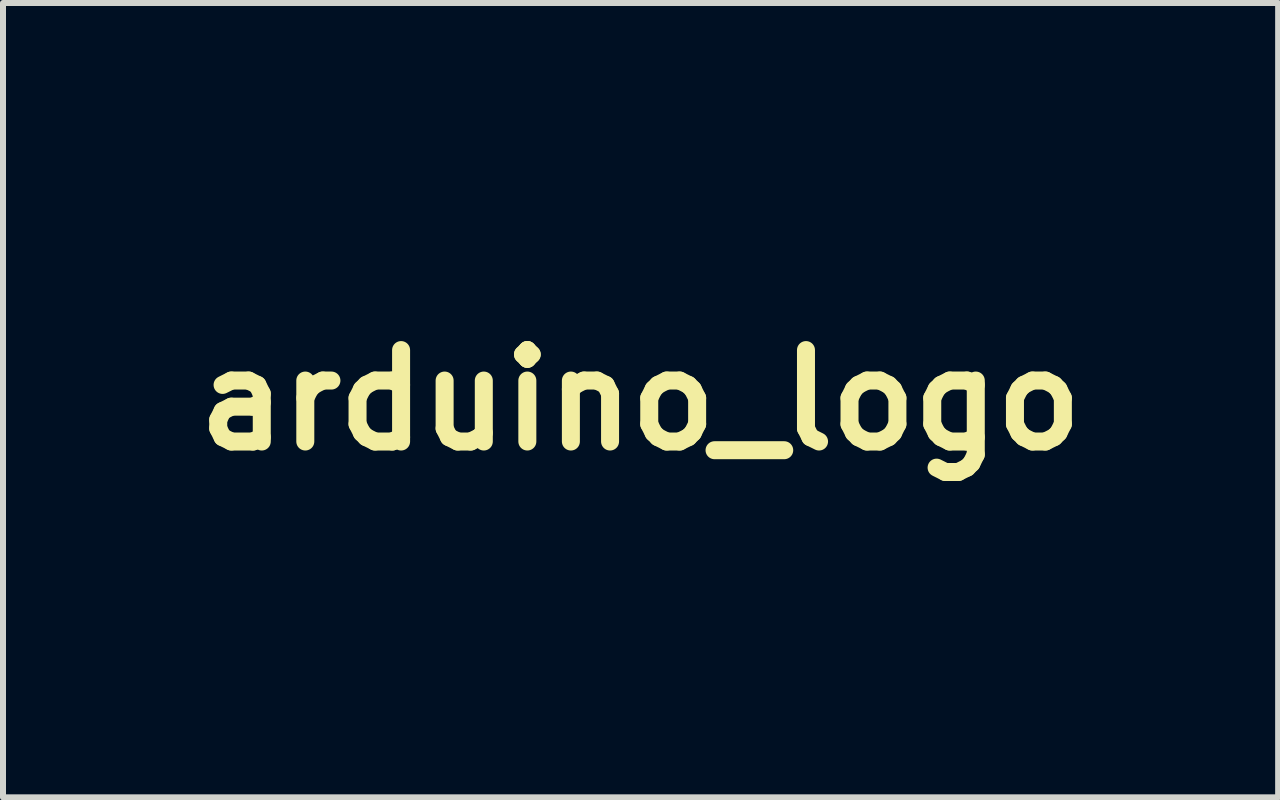
<source format=kicad_pcb>
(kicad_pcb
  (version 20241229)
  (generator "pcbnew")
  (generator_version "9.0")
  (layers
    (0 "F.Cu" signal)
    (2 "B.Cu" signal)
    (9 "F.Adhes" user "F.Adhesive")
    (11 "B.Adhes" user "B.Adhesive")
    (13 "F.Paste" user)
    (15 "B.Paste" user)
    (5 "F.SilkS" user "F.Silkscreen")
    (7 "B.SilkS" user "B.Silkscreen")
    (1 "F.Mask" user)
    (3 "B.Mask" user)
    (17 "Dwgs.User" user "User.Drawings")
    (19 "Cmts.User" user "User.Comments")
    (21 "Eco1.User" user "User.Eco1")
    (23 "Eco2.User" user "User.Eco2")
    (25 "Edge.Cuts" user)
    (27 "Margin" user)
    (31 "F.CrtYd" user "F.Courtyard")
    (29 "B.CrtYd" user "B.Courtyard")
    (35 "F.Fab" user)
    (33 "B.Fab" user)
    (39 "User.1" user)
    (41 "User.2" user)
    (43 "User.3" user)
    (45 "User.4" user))
  (footprint "arduino_logo"
    (layer "F.Cu")
    (at 7.627 3.62)
    (property "Reference" "arduino_logo" (at 0 0 0) (layer "F.SilkS") (effects (font (size 1.524 1.524) (thickness 0.3))))
    (attr through_hole)
    (fp_poly (pts (xy -1.857 -1.184) (xy -1.854 -0.927) (xy -3.43 -0.927) (xy -3.423 -1.441) (xy -1.861 -1.441) (xy -1.857 -1.184)) (stroke (width 0.01) (type solid)) (fill yes) (layer "F.Mask"))
    (fp_poly (pts (xy 2.845 -1.435) (xy 3.312 -1.435) (xy 3.321 -1.376) (xy 3.323 -1.342) (xy 3.324 -1.288) (xy 3.324 -1.223) (xy 3.322 -1.151) (xy 3.321 -1.128) (xy 3.311 -0.94) (xy 2.845 -0.94) (xy 2.845 -0.457) (xy 2.349 -0.457) (xy 2.349 -0.94) (xy 1.867 -0.94) (xy 1.867 -1.435) (xy 2.343 -1.441) (xy 2.35 -1.918) (xy 2.845 -1.918) (xy 2.845 -1.435)) (stroke (width 0.01) (type solid)) (fill yes) (layer "F.Mask"))
    (fp_poly (pts (xy 3.715 1.81) (xy 3.718 2.694) (xy 3.721 3.579) (xy 3.618 3.588) (xy 3.56 3.591) (xy 3.488 3.592) (xy 3.413 3.59) (xy 3.373 3.588) (xy 3.23 3.579) (xy 2.993 3.069) (xy 2.756 2.559) (xy 2.756 3.578) (xy 2.64 3.586) (xy 2.575 3.59) (xy 2.509 3.593) (xy 2.453 3.594) (xy 2.443 3.594) (xy 2.362 3.594) (xy 2.362 1.803) (xy 2.839 1.803) (xy 3.308 2.802) (xy 3.315 1.803) (xy 3.715 1.81)) (stroke (width 0.01) (type solid)) (fill yes) (layer "F.Mask"))
    (fp_poly (pts (xy 2.134 2.157) (xy 2.049 2.166) (xy 1.993 2.17) (xy 1.926 2.171) (xy 1.862 2.169) (xy 1.859 2.168) (xy 1.753 2.162) (xy 1.751 2.297) (xy 1.749 2.426) (xy 1.747 2.553) (xy 1.746 2.676) (xy 1.745 2.792) (xy 1.745 2.899) (xy 1.745 2.993) (xy 1.745 3.072) (xy 1.746 3.133) (xy 1.747 3.174) (xy 1.748 3.191) (xy 1.755 3.226) (xy 2.134 3.226) (xy 2.134 3.581) (xy 2.092 3.584) (xy 2.064 3.584) (xy 2.015 3.585) (xy 1.949 3.586) (xy 1.87 3.586) (xy 1.779 3.586) (xy 1.68 3.587) (xy 1.576 3.587) (xy 1.471 3.587) (xy 1.366 3.587) (xy 1.267 3.586) (xy 1.174 3.586) (xy 1.093 3.585) (xy 1.024 3.585) (xy 0.973 3.584) (xy 0.941 3.583) (xy 0.932 3.582) (xy 0.93 3.569) (xy 0.929 3.534) (xy 0.928 3.483) (xy 0.927 3.422) (xy 0.927 3.401) (xy 0.927 3.226) (xy 1.308 3.226) (xy 1.302 2.165) (xy 0.933 2.165) (xy 0.926 1.803) (xy 2.134 1.803) (xy 2.134 2.157)) (stroke (width 0.01) (type solid)) (fill yes) (layer "F.Mask"))
    (fp_poly (pts (xy 5.131 -3.302) (xy 5.13 -3.244) (xy 5.129 -3.207) (xy 5.125 -3.186) (xy 5.118 -3.177) (xy 5.107 -3.175) (xy 5.106 -3.175) (xy 5.092 -3.178) (xy 5.083 -3.193) (xy 5.079 -3.224) (xy 5.077 -3.248) (xy 5.074 -3.321) (xy 5.051 -3.248) (xy 5.035 -3.203) (xy 5.019 -3.18) (xy 5.006 -3.175) (xy 4.989 -3.184) (xy 4.972 -3.212) (xy 4.958 -3.248) (xy 4.934 -3.321) (xy 4.93 -3.248) (xy 4.927 -3.206) (xy 4.921 -3.184) (xy 4.91 -3.176) (xy 4.902 -3.175) (xy 4.889 -3.177) (xy 4.882 -3.188) (xy 4.878 -3.211) (xy 4.877 -3.252) (xy 4.877 -3.277) (xy 4.877 -3.378) (xy 4.802 -3.378) (xy 4.798 -3.28) (xy 4.796 -3.23) (xy 4.792 -3.2) (xy 4.785 -3.185) (xy 4.773 -3.179) (xy 4.766 -3.177) (xy 4.752 -3.177) (xy 4.743 -3.183) (xy 4.739 -3.201) (xy 4.737 -3.235) (xy 4.737 -3.276) (xy 4.737 -3.378) (xy 4.699 -3.378) (xy 4.671 -3.382) (xy 4.661 -3.397) (xy 4.661 -3.404) (xy 4.662 -3.415) (xy 4.669 -3.422) (xy 4.687 -3.426) (xy 4.718 -3.428) (xy 4.768 -3.428) (xy 4.807 -3.428) (xy 4.954 -3.426) (xy 4.976 -3.351) (xy 4.988 -3.312) (xy 4.999 -3.285) (xy 5.005 -3.277) (xy 5.012 -3.288) (xy 5.024 -3.317) (xy 5.036 -3.353) (xy 5.049 -3.395) (xy 5.061 -3.418) (xy 5.075 -3.427) (xy 5.095 -3.429) (xy 5.131 -3.429) (xy 5.131 -3.302)) (stroke (width 0.01) (type solid)) (fill yes) (layer "F.Mask"))
    (fp_poly (pts (xy -3.216 1.807) (xy -3.096 1.809) (xy -2.998 1.812) (xy -2.92 1.815) (xy -2.859 1.819) (xy -2.812 1.824) (xy -2.775 1.83) (xy -2.759 1.834) (xy -2.642 1.874) (xy -2.545 1.929) (xy -2.469 1.999) (xy -2.414 2.084) (xy -2.379 2.184) (xy -2.365 2.279) (xy -2.369 2.392) (xy -2.393 2.495) (xy -2.437 2.585) (xy -2.5 2.66) (xy -2.58 2.718) (xy -2.593 2.725) (xy -2.656 2.757) (xy -2.617 2.802) (xy -2.605 2.82) (xy -2.584 2.856) (xy -2.555 2.908) (xy -2.521 2.972) (xy -2.482 3.046) (xy -2.44 3.125) (xy -2.397 3.207) (xy -2.355 3.289) (xy -2.315 3.367) (xy -2.279 3.437) (xy -2.249 3.498) (xy -2.227 3.545) (xy -2.213 3.575) (xy -2.21 3.584) (xy -2.222 3.585) (xy -2.256 3.586) (xy -2.307 3.587) (xy -2.372 3.588) (xy -2.447 3.588) (xy -2.458 3.588) (xy -2.706 3.588) (xy -2.84 3.289) (xy -2.878 3.207) (xy -2.913 3.131) (xy -2.945 3.064) (xy -2.972 3.011) (xy -2.992 2.975) (xy -3.002 2.961) (xy -3.053 2.92) (xy -3.111 2.898) (xy -3.136 2.896) (xy -3.175 2.896) (xy -3.175 3.591) (xy -3.594 3.588) (xy -3.594 2.543) (xy -3.175 2.543) (xy -3.064 2.538) (xy -2.982 2.53) (xy -2.922 2.516) (xy -2.904 2.509) (xy -2.851 2.47) (xy -2.818 2.416) (xy -2.807 2.352) (xy -2.814 2.292) (xy -2.836 2.246) (xy -2.875 2.212) (xy -2.934 2.19) (xy -3.014 2.177) (xy -3.058 2.174) (xy -3.175 2.169) (xy -3.175 2.543) (xy -3.594 2.543) (xy -3.594 1.801) (xy -3.216 1.807)) (stroke (width 0.01) (type solid)) (fill yes) (layer "F.Mask"))
    (fp_poly (pts (xy -1.775 1.807) (xy -1.663 1.808) (xy -1.572 1.81) (xy -1.5 1.813) (xy -1.443 1.816) (xy -1.398 1.819) (xy -1.361 1.824) (xy -1.329 1.83) (xy -1.298 1.838) (xy -1.292 1.839) (xy -1.159 1.886) (xy -1.046 1.949) (xy -0.951 2.029) (xy -0.875 2.125) (xy -0.817 2.24) (xy -0.776 2.372) (xy -0.753 2.522) (xy -0.751 2.552) (xy -0.748 2.733) (xy -0.763 2.897) (xy -0.797 3.043) (xy -0.849 3.173) (xy -0.92 3.285) (xy -1.01 3.38) (xy -1.118 3.458) (xy -1.244 3.518) (xy -1.389 3.56) (xy -1.435 3.57) (xy -1.465 3.573) (xy -1.515 3.576) (xy -1.578 3.579) (xy -1.653 3.582) (xy -1.734 3.584) (xy -1.817 3.586) (xy -1.9 3.588) (xy -1.977 3.588) (xy -2.045 3.588) (xy -2.099 3.588) (xy -2.137 3.586) (xy -2.153 3.583) (xy -2.153 3.583) (xy -2.154 3.57) (xy -2.155 3.533) (xy -2.156 3.475) (xy -2.157 3.398) (xy -2.157 3.303) (xy -2.158 3.23) (xy -1.727 3.23) (xy -1.616 3.222) (xy -1.559 3.217) (xy -1.506 3.209) (xy -1.466 3.2) (xy -1.458 3.198) (xy -1.375 3.155) (xy -1.307 3.093) (xy -1.254 3.012) (xy -1.218 2.912) (xy -1.198 2.795) (xy -1.194 2.705) (xy -1.201 2.57) (xy -1.22 2.457) (xy -1.253 2.364) (xy -1.298 2.291) (xy -1.318 2.269) (xy -1.363 2.232) (xy -1.411 2.206) (xy -1.469 2.188) (xy -1.542 2.178) (xy -1.597 2.174) (xy -1.727 2.168) (xy -1.727 3.23) (xy -2.158 3.23) (xy -2.158 3.194) (xy -2.158 3.071) (xy -2.159 2.937) (xy -2.159 2.795) (xy -2.159 2.689) (xy -2.159 1.801) (xy -1.775 1.807)) (stroke (width 0.01) (type solid)) (fill yes) (layer "F.Mask"))
    (fp_poly (pts (xy 4.597 1.782) (xy 4.735 1.8) (xy 4.857 1.837) (xy 4.964 1.896) (xy 5.056 1.974) (xy 5.132 2.072) (xy 5.17 2.14) (xy 5.203 2.214) (xy 5.228 2.284) (xy 5.247 2.36) (xy 5.263 2.448) (xy 5.271 2.518) (xy 5.282 2.68) (xy 5.274 2.837) (xy 5.251 2.984) (xy 5.211 3.121) (xy 5.157 3.244) (xy 5.088 3.352) (xy 5.007 3.443) (xy 4.913 3.514) (xy 4.864 3.54) (xy 4.736 3.587) (xy 4.6 3.612) (xy 4.459 3.615) (xy 4.337 3.598) (xy 4.212 3.56) (xy 4.103 3.502) (xy 4.01 3.424) (xy 3.932 3.327) (xy 3.869 3.209) (xy 3.822 3.07) (xy 3.821 3.067) (xy 3.805 2.987) (xy 3.794 2.889) (xy 3.788 2.781) (xy 3.786 2.67) (xy 3.787 2.657) (xy 4.231 2.657) (xy 4.233 2.756) (xy 4.242 2.882) (xy 4.259 2.986) (xy 4.285 3.069) (xy 4.319 3.132) (xy 4.362 3.178) (xy 4.38 3.191) (xy 4.444 3.218) (xy 4.518 3.228) (xy 4.592 3.223) (xy 4.66 3.202) (xy 4.694 3.181) (xy 4.739 3.136) (xy 4.775 3.075) (xy 4.802 2.996) (xy 4.821 2.897) (xy 4.832 2.781) (xy 4.835 2.667) (xy 4.828 2.556) (xy 4.813 2.454) (xy 4.789 2.364) (xy 4.759 2.292) (xy 4.734 2.254) (xy 4.687 2.209) (xy 4.636 2.181) (xy 4.571 2.169) (xy 4.534 2.168) (xy 4.453 2.177) (xy 4.385 2.205) (xy 4.33 2.254) (xy 4.287 2.323) (xy 4.256 2.413) (xy 4.238 2.524) (xy 4.231 2.657) (xy 3.787 2.657) (xy 3.79 2.565) (xy 3.799 2.472) (xy 3.803 2.453) (xy 3.839 2.302) (xy 3.893 2.169) (xy 3.964 2.055) (xy 4.05 1.959) (xy 4.152 1.883) (xy 4.267 1.828) (xy 4.395 1.793) (xy 4.536 1.78) (xy 4.597 1.782)) (stroke (width 0.01) (type solid)) (fill yes) (layer "F.Mask"))
    (fp_poly (pts (xy 0.711 2.416) (xy 0.711 2.565) (xy 0.71 2.691) (xy 0.709 2.797) (xy 0.708 2.883) (xy 0.706 2.953) (xy 0.704 3.01) (xy 0.701 3.054) (xy 0.697 3.088) (xy 0.693 3.115) (xy 0.692 3.118) (xy 0.654 3.241) (xy 0.597 3.349) (xy 0.521 3.44) (xy 0.427 3.513) (xy 0.316 3.568) (xy 0.252 3.589) (xy 0.199 3.599) (xy 0.129 3.607) (xy 0.051 3.612) (xy -0.028 3.614) (xy -0.099 3.613) (xy -0.147 3.608) (xy -0.271 3.578) (xy -0.378 3.531) (xy -0.468 3.469) (xy -0.539 3.391) (xy -0.569 3.343) (xy -0.587 3.309) (xy -0.602 3.277) (xy -0.614 3.245) (xy -0.624 3.21) (xy -0.632 3.171) (xy -0.639 3.123) (xy -0.643 3.065) (xy -0.647 2.995) (xy -0.65 2.909) (xy -0.651 2.804) (xy -0.653 2.68) (xy -0.654 2.553) (xy -0.655 2.431) (xy -0.655 2.315) (xy -0.655 2.206) (xy -0.655 2.108) (xy -0.655 2.025) (xy -0.654 1.958) (xy -0.652 1.912) (xy -0.651 1.895) (xy -0.644 1.803) (xy -0.23 1.803) (xy -0.226 2.442) (xy -0.225 2.585) (xy -0.224 2.706) (xy -0.223 2.805) (xy -0.222 2.886) (xy -0.221 2.951) (xy -0.219 3.002) (xy -0.217 3.04) (xy -0.214 3.07) (xy -0.211 3.091) (xy -0.206 3.108) (xy -0.201 3.122) (xy -0.195 3.135) (xy -0.194 3.138) (xy -0.161 3.189) (xy -0.118 3.224) (xy -0.063 3.244) (xy 0.01 3.25) (xy 0.044 3.249) (xy 0.114 3.243) (xy 0.166 3.229) (xy 0.204 3.205) (xy 0.236 3.167) (xy 0.248 3.148) (xy 0.253 3.138) (xy 0.258 3.125) (xy 0.262 3.109) (xy 0.266 3.086) (xy 0.268 3.056) (xy 0.271 3.014) (xy 0.272 2.96) (xy 0.274 2.891) (xy 0.276 2.805) (xy 0.277 2.7) (xy 0.278 2.573) (xy 0.279 2.457) (xy 0.286 1.81) (xy 0.498 1.806) (xy 0.711 1.803) (xy 0.711 2.416)) (stroke (width 0.01) (type solid)) (fill yes) (layer "F.Mask"))
    (fp_poly (pts (xy -4.027 2.397) (xy -3.987 2.527) (xy -3.946 2.661) (xy -3.905 2.793) (xy -3.867 2.92) (xy -3.831 3.037) (xy -3.799 3.142) (xy -3.772 3.229) (xy -3.758 3.276) (xy -3.733 3.357) (xy -3.711 3.43) (xy -3.693 3.493) (xy -3.679 3.54) (xy -3.672 3.569) (xy -3.67 3.575) (xy -3.678 3.581) (xy -3.702 3.585) (xy -3.746 3.588) (xy -3.81 3.589) (xy -3.897 3.589) (xy -3.899 3.589) (xy -4.128 3.588) (xy -4.152 3.505) (xy -4.17 3.445) (xy -4.189 3.379) (xy -4.2 3.34) (xy -4.224 3.258) (xy -4.756 3.258) (xy -4.801 3.404) (xy -4.819 3.462) (xy -4.835 3.511) (xy -4.846 3.547) (xy -4.852 3.564) (xy -4.867 3.571) (xy -4.907 3.577) (xy -4.97 3.582) (xy -5.056 3.587) (xy -5.072 3.588) (xy -5.151 3.591) (xy -5.207 3.593) (xy -5.245 3.593) (xy -5.268 3.591) (xy -5.279 3.587) (xy -5.282 3.581) (xy -5.28 3.573) (xy -5.275 3.556) (xy -5.263 3.518) (xy -5.246 3.46) (xy -5.223 3.387) (xy -5.197 3.301) (xy -5.168 3.205) (xy -5.136 3.101) (xy -5.131 3.086) (xy -5.072 2.893) (xy -5.068 2.88) (xy -4.644 2.88) (xy -4.64 2.888) (xy -4.627 2.892) (xy -4.599 2.894) (xy -4.554 2.895) (xy -4.489 2.896) (xy -4.423 2.895) (xy -4.378 2.894) (xy -4.351 2.891) (xy -4.338 2.887) (xy -4.334 2.879) (xy -4.336 2.873) (xy -4.341 2.854) (xy -4.352 2.815) (xy -4.368 2.761) (xy -4.387 2.694) (xy -4.407 2.623) (xy -4.431 2.536) (xy -4.45 2.47) (xy -4.464 2.423) (xy -4.473 2.392) (xy -4.48 2.373) (xy -4.484 2.364) (xy -4.486 2.362) (xy -4.489 2.364) (xy -4.489 2.364) (xy -4.494 2.377) (xy -4.505 2.411) (xy -4.521 2.461) (xy -4.54 2.525) (xy -4.561 2.598) (xy -4.564 2.606) (xy -4.586 2.682) (xy -4.606 2.75) (xy -4.623 2.807) (xy -4.635 2.848) (xy -4.642 2.869) (xy -4.642 2.87) (xy -4.644 2.88) (xy -5.068 2.88) (xy -5.018 2.719) (xy -4.969 2.559) (xy -4.923 2.407) (xy -4.877 2.258) (xy -4.831 2.107) (xy -4.797 1.994) (xy -4.74 1.81) (xy -4.208 1.803) (xy -4.027 2.397)) (stroke (width 0.01) (type solid)) (fill yes) (layer "F.Mask"))
    (fp_poly (pts (xy 2.969 -3.602) (xy 3.221 -3.566) (xy 3.465 -3.508) (xy 3.701 -3.427) (xy 3.928 -3.324) (xy 4.143 -3.2) (xy 4.347 -3.056) (xy 4.537 -2.891) (xy 4.712 -2.706) (xy 4.859 -2.52) (xy 4.911 -2.441) (xy 4.968 -2.344) (xy 5.025 -2.237) (xy 5.08 -2.125) (xy 5.129 -2.015) (xy 5.169 -1.915) (xy 5.186 -1.866) (xy 5.251 -1.626) (xy 5.29 -1.384) (xy 5.305 -1.141) (xy 5.295 -0.899) (xy 5.262 -0.66) (xy 5.204 -0.426) (xy 5.123 -0.197) (xy 5.019 0.025) (xy 4.892 0.238) (xy 4.789 0.381) (xy 4.625 0.572) (xy 4.445 0.746) (xy 4.248 0.9) (xy 4.038 1.034) (xy 3.815 1.148) (xy 3.581 1.241) (xy 3.337 1.311) (xy 3.085 1.358) (xy 3.029 1.365) (xy 2.936 1.373) (xy 2.827 1.379) (xy 2.707 1.383) (xy 2.585 1.384) (xy 2.468 1.382) (xy 2.362 1.378) (xy 2.276 1.371) (xy 2.035 1.333) (xy 1.802 1.272) (xy 1.577 1.188) (xy 1.359 1.08) (xy 1.147 0.949) (xy 0.941 0.793) (xy 0.741 0.614) (xy 0.547 0.41) (xy 0.396 0.23) (xy 0.357 0.179) (xy 0.31 0.118) (xy 0.26 0.05) (xy 0.208 -0.022) (xy 0.158 -0.092) (xy 0.112 -0.157) (xy 0.074 -0.214) (xy 0.045 -0.258) (xy 0.03 -0.284) (xy 0.011 -0.319) (xy -0.101 -0.155) (xy -0.231 0.031) (xy -0.354 0.196) (xy -0.473 0.344) (xy -0.592 0.479) (xy -0.713 0.603) (xy -0.84 0.721) (xy -0.883 0.759) (xy -1.086 0.919) (xy -1.298 1.055) (xy -1.519 1.168) (xy -1.75 1.258) (xy -1.992 1.325) (xy -2.223 1.366) (xy -2.286 1.372) (xy -2.369 1.377) (xy -2.466 1.38) (xy -2.571 1.382) (xy -2.678 1.382) (xy -2.782 1.381) (xy -2.877 1.378) (xy -2.957 1.373) (xy -2.99 1.37) (xy -3.238 1.332) (xy -3.481 1.269) (xy -3.718 1.183) (xy -3.945 1.076) (xy -4.161 0.948) (xy -4.363 0.801) (xy -4.549 0.635) (xy -4.56 0.623) (xy -4.73 0.437) (xy -4.877 0.238) (xy -5.003 0.029) (xy -5.107 -0.19) (xy -5.187 -0.416) (xy -5.245 -0.648) (xy -5.279 -0.885) (xy -5.289 -1.111) (xy -4.407 -1.111) (xy -4.395 -0.918) (xy -4.359 -0.731) (xy -4.301 -0.552) (xy -4.223 -0.382) (xy -4.125 -0.223) (xy -4.009 -0.076) (xy -3.877 0.057) (xy -3.729 0.176) (xy -3.568 0.278) (xy -3.395 0.363) (xy -3.211 0.428) (xy -3.017 0.473) (xy -2.826 0.495) (xy -2.711 0.502) (xy -2.616 0.505) (xy -2.535 0.505) (xy -2.462 0.503) (xy -2.392 0.497) (xy -2.366 0.494) (xy -2.195 0.467) (xy -2.031 0.423) (xy -1.874 0.361) (xy -1.722 0.282) (xy -1.573 0.182) (xy -1.427 0.063) (xy -1.281 -0.078) (xy -1.136 -0.242) (xy -0.988 -0.428) (xy -0.858 -0.609) (xy -0.824 -0.659) (xy -0.781 -0.725) (xy -0.731 -0.802) (xy -0.678 -0.884) (xy -0.626 -0.965) (xy -0.578 -1.04) (xy -0.538 -1.103) (xy -0.52 -1.134) (xy 0.539 -1.134) (xy 0.549 -1.114) (xy 0.571 -1.076) (xy 0.603 -1.025) (xy 0.642 -0.962) (xy 0.687 -0.892) (xy 0.735 -0.817) (xy 0.785 -0.742) (xy 0.833 -0.67) (xy 0.878 -0.604) (xy 0.898 -0.575) (xy 1.049 -0.368) (xy 1.199 -0.186) (xy 1.347 -0.027) (xy 1.497 0.11) (xy 1.648 0.225) (xy 1.802 0.319) (xy 1.961 0.393) (xy 2.125 0.448) (xy 2.295 0.485) (xy 2.373 0.495) (xy 2.44 0.5) (xy 2.525 0.502) (xy 2.622 0.502) (xy 2.725 0.499) (xy 2.826 0.495) (xy 2.918 0.488) (xy 2.996 0.479) (xy 3.023 0.475) (xy 3.221 0.43) (xy 3.409 0.362) (xy 3.587 0.274) (xy 3.753 0.168) (xy 3.904 0.044) (xy 4.039 -0.095) (xy 4.157 -0.249) (xy 4.254 -0.415) (xy 4.331 -0.593) (xy 4.348 -0.646) (xy 4.395 -0.834) (xy 4.418 -1.026) (xy 4.417 -1.22) (xy 4.393 -1.411) (xy 4.345 -1.596) (xy 4.342 -1.605) (xy 4.267 -1.79) (xy 4.171 -1.962) (xy 4.055 -2.119) (xy 3.92 -2.262) (xy 3.768 -2.388) (xy 3.6 -2.497) (xy 3.416 -2.588) (xy 3.219 -2.66) (xy 3.06 -2.701) (xy 2.985 -2.713) (xy 2.89 -2.721) (xy 2.783 -2.725) (xy 2.67 -2.725) (xy 2.557 -2.722) (xy 2.45 -2.715) (xy 2.355 -2.704) (xy 2.299 -2.694) (xy 2.079 -2.634) (xy 1.869 -2.552) (xy 1.671 -2.447) (xy 1.548 -2.366) (xy 1.483 -2.316) (xy 1.407 -2.25) (xy 1.324 -2.174) (xy 1.238 -2.09) (xy 1.154 -2.004) (xy 1.076 -1.92) (xy 1.01 -1.843) (xy 0.988 -1.816) (xy 0.923 -1.731) (xy 0.857 -1.643) (xy 0.794 -1.554) (xy 0.733 -1.467) (xy 0.678 -1.385) (xy 0.63 -1.31) (xy 0.59 -1.245) (xy 0.56 -1.192) (xy 0.543 -1.154) (xy 0.539 -1.134) (xy -0.52 -1.134) (xy -0.518 -1.138) (xy -0.522 -1.152) (xy -0.539 -1.184) (xy -0.567 -1.231) (xy -0.604 -1.289) (xy -0.647 -1.356) (xy -0.696 -1.429) (xy -0.747 -1.504) (xy -0.799 -1.579) (xy -0.85 -1.651) (xy -0.898 -1.717) (xy -0.941 -1.773) (xy -1.015 -1.863) (xy -1.099 -1.959) (xy -1.189 -2.055) (xy -1.279 -2.147) (xy -1.365 -2.228) (xy -1.441 -2.294) (xy -1.447 -2.299) (xy -1.629 -2.43) (xy -1.82 -2.537) (xy -2.021 -2.62) (xy -2.231 -2.68) (xy -2.451 -2.716) (xy -2.679 -2.729) (xy -2.786 -2.726) (xy -3 -2.706) (xy -3.203 -2.662) (xy -3.396 -2.595) (xy -3.577 -2.505) (xy -3.748 -2.392) (xy -3.908 -2.257) (xy -3.916 -2.248) (xy -4.056 -2.096) (xy -4.173 -1.935) (xy -4.266 -1.763) (xy -4.336 -1.582) (xy -4.383 -1.393) (xy -4.405 -1.195) (xy -4.407 -1.111) (xy -5.289 -1.111) (xy -5.29 -1.126) (xy -5.276 -1.368) (xy -5.238 -1.61) (xy -5.175 -1.851) (xy -5.168 -1.875) (xy -5.089 -2.082) (xy -4.987 -2.286) (xy -4.866 -2.483) (xy -4.728 -2.669) (xy -4.576 -2.84) (xy -4.464 -2.947) (xy -4.263 -3.11) (xy -4.05 -3.25) (xy -3.826 -3.368) (xy -3.592 -3.463) (xy -3.349 -3.535) (xy -3.098 -3.585) (xy -2.841 -3.61) (xy -2.577 -3.612) (xy -2.309 -3.59) (xy -2.167 -3.569) (xy -1.919 -3.514) (xy -1.68 -3.438) (xy -1.449 -3.34) (xy -1.226 -3.218) (xy -1.009 -3.074) (xy -0.8 -2.906) (xy -0.596 -2.715) (xy -0.397 -2.499) (xy -0.203 -2.259) (xy -0.157 -2.197) (xy -0.117 -2.143) (xy -0.079 -2.091) (xy -0.047 -2.047) (xy -0.03 -2.023) (xy 0.008 -1.97) (xy 0.118 -2.125) (xy 0.308 -2.378) (xy 0.505 -2.607) (xy 0.707 -2.811) (xy 0.917 -2.992) (xy 1.133 -3.149) (xy 1.357 -3.282) (xy 1.588 -3.393) (xy 1.829 -3.482) (xy 2.078 -3.547) (xy 2.183 -3.568) (xy 2.449 -3.603) (xy 2.711 -3.615) (xy 2.969 -3.602)) (stroke (width 0.01) (type solid)) (fill yes) (layer "F.Mask")))
  (gr_rect
    (start -3 -3)
    (end 18.255 10.24)
    (stroke (width 0.1) (type default))
    (fill no)
    (layer "Edge.Cuts")))
</source>
